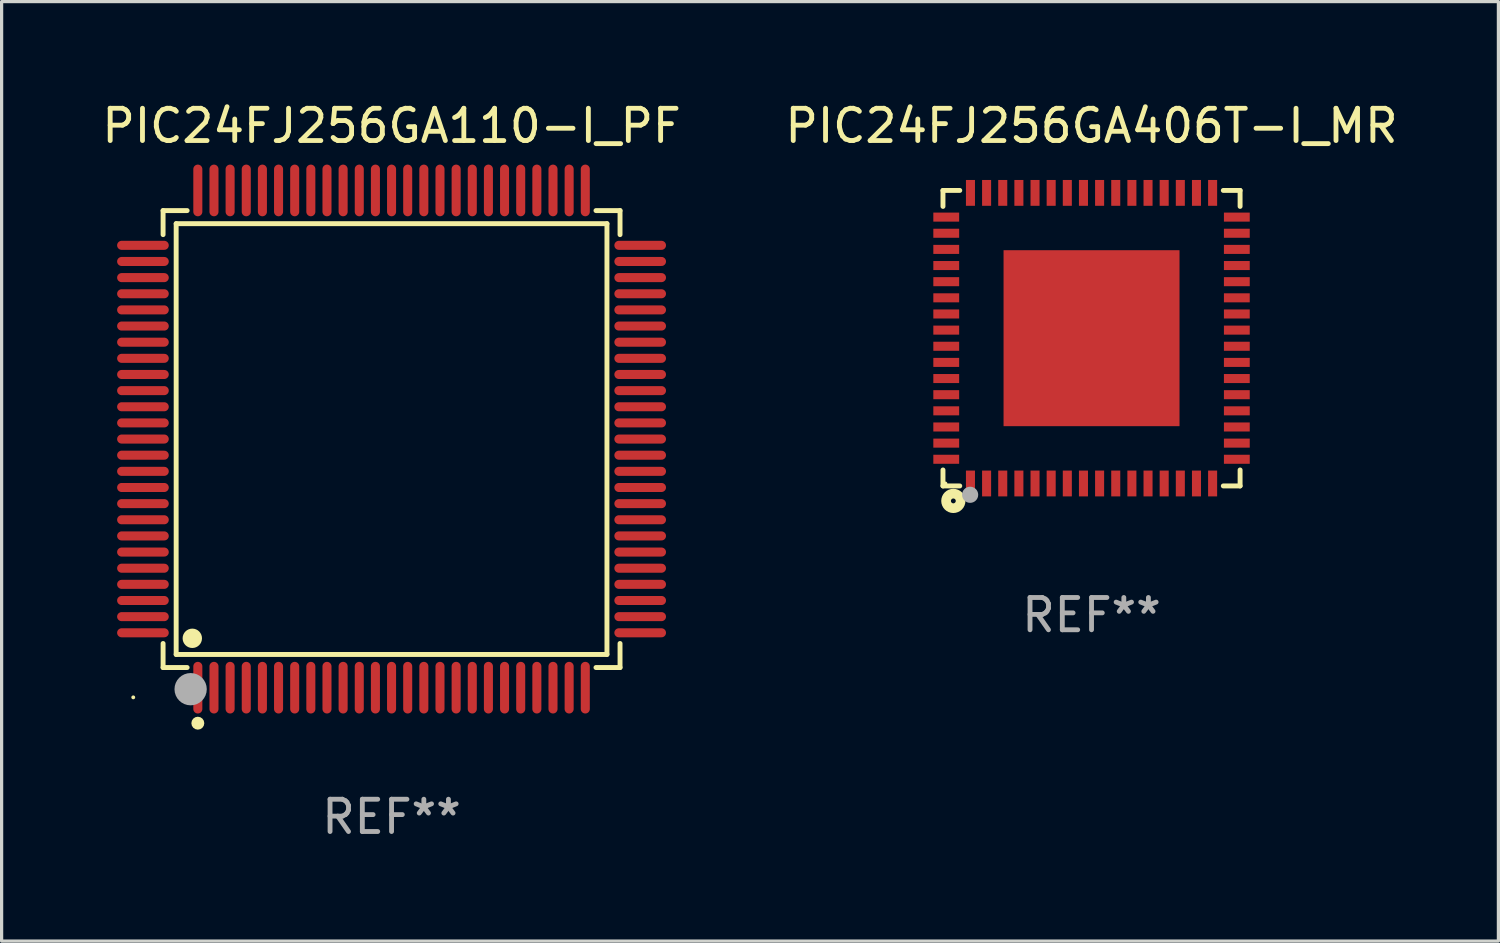
<source format=kicad_pcb>
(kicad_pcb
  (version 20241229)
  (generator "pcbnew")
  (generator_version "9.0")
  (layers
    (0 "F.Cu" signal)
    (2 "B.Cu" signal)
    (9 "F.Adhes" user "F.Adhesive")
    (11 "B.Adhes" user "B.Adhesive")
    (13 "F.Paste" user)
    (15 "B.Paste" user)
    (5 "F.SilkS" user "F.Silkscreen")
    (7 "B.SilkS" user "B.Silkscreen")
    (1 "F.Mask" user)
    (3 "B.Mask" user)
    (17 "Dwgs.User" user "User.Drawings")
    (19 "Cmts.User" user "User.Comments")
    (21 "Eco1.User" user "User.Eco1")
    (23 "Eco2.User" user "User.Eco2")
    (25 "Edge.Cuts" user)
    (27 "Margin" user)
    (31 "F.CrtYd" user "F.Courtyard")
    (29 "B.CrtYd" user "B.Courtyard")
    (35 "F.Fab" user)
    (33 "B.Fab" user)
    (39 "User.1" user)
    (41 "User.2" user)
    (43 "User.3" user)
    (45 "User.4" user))
  (footprint "PIC24FJ256GA406T-I_MR"
    (layer "F.Cu")
    (at 30.756 7.424)
    (property "Reference" "PIC24FJ256GA406T-I_MR" (at 0 -6.576 0) (layer "F.SilkS") (effects (font (size 1 1) (thickness 0.15))))
    (attr through_hole)
    (fp_line (start -4.601 -4.576) (end -4.081 -4.576) (stroke (width 0.152) (type solid)) (layer "F.SilkS"))
    (fp_line (start -4.601 -4.081) (end -4.601 -4.576) (stroke (width 0.152) (type solid)) (layer "F.SilkS"))
    (fp_line (start -4.601 4.081) (end -4.601 4.576) (stroke (width 0.152) (type solid)) (layer "F.SilkS"))
    (fp_line (start -4.601 4.576) (end -4.081 4.576) (stroke (width 0.152) (type solid)) (layer "F.SilkS"))
    (fp_line (start 4.601 -4.576) (end 4.081 -4.576) (stroke (width 0.152) (type solid)) (layer "F.SilkS"))
    (fp_line (start 4.601 -4.081) (end 4.601 -4.576) (stroke (width 0.152) (type solid)) (layer "F.SilkS"))
    (fp_line (start 4.601 4.081) (end 4.601 4.576) (stroke (width 0.152) (type solid)) (layer "F.SilkS"))
    (fp_line (start 4.601 4.576) (end 4.081 4.576) (stroke (width 0.152) (type solid)) (layer "F.SilkS"))
    (fp_circle (center -4.525 4.5) (end -4.495 4.5) (stroke (width 0.06) (type solid)) (fill no) (layer "F.SilkS"))
    (fp_circle (center -4.28 5.04) (end -4.205 5.04) (stroke (width 0.3) (type solid)) (fill no) (layer "F.SilkS"))
    (fp_circle (center -3.76 4.85) (end -3.635 4.85) (stroke (width 0.25) (type solid)) (fill no) (layer "F.Fab"))
    (fp_text user "REF**" (at 0 8.576 0) (layer "F.Fab") (effects (font (size 1 1) (thickness 0.15))))
    (pad "1" smd rect (at -3.75 4.5) (size 0.28 0.8) (layers "F.Cu" "F.Mask" "F.Paste"))
    (pad "2" smd rect (at -3.25 4.5) (size 0.28 0.8) (layers "F.Cu" "F.Mask" "F.Paste"))
    (pad "3" smd rect (at -2.75 4.5) (size 0.28 0.8) (layers "F.Cu" "F.Mask" "F.Paste"))
    (pad "4" smd rect (at -2.25 4.5) (size 0.28 0.8) (layers "F.Cu" "F.Mask" "F.Paste"))
    (pad "5" smd rect (at -1.75 4.5) (size 0.28 0.8) (layers "F.Cu" "F.Mask" "F.Paste"))
    (pad "6" smd rect (at -1.25 4.5) (size 0.28 0.8) (layers "F.Cu" "F.Mask" "F.Paste"))
    (pad "7" smd rect (at -0.75 4.5) (size 0.28 0.8) (layers "F.Cu" "F.Mask" "F.Paste"))
    (pad "8" smd rect (at -0.25 4.5) (size 0.28 0.8) (layers "F.Cu" "F.Mask" "F.Paste"))
    (pad "9" smd rect (at 0.25 4.5) (size 0.28 0.8) (layers "F.Cu" "F.Mask" "F.Paste"))
    (pad "10" smd rect (at 0.75 4.5) (size 0.28 0.8) (layers "F.Cu" "F.Mask" "F.Paste"))
    (pad "11" smd rect (at 1.25 4.5) (size 0.28 0.8) (layers "F.Cu" "F.Mask" "F.Paste"))
    (pad "12" smd rect (at 1.75 4.5) (size 0.28 0.8) (layers "F.Cu" "F.Mask" "F.Paste"))
    (pad "13" smd rect (at 2.25 4.5) (size 0.28 0.8) (layers "F.Cu" "F.Mask" "F.Paste"))
    (pad "14" smd rect (at 2.75 4.5) (size 0.28 0.8) (layers "F.Cu" "F.Mask" "F.Paste"))
    (pad "15" smd rect (at 3.25 4.5) (size 0.28 0.8) (layers "F.Cu" "F.Mask" "F.Paste"))
    (pad "16" smd rect (at 3.75 4.5) (size 0.28 0.8) (layers "F.Cu" "F.Mask" "F.Paste"))
    (pad "17" smd rect (at 4.5 3.75) (size 0.8 0.28) (layers "F.Cu" "F.Mask" "F.Paste"))
    (pad "18" smd rect (at 4.5 3.25) (size 0.8 0.28) (layers "F.Cu" "F.Mask" "F.Paste"))
    (pad "19" smd rect (at 4.5 2.75) (size 0.8 0.28) (layers "F.Cu" "F.Mask" "F.Paste"))
    (pad "20" smd rect (at 4.5 2.25) (size 0.8 0.28) (layers "F.Cu" "F.Mask" "F.Paste"))
    (pad "21" smd rect (at 4.5 1.75) (size 0.8 0.28) (layers "F.Cu" "F.Mask" "F.Paste"))
    (pad "22" smd rect (at 4.5 1.25) (size 0.8 0.28) (layers "F.Cu" "F.Mask" "F.Paste"))
    (pad "23" smd rect (at 4.5 0.75) (size 0.8 0.28) (layers "F.Cu" "F.Mask" "F.Paste"))
    (pad "24" smd rect (at 4.5 0.25) (size 0.8 0.28) (layers "F.Cu" "F.Mask" "F.Paste"))
    (pad "25" smd rect (at 4.5 -0.25) (size 0.8 0.28) (layers "F.Cu" "F.Mask" "F.Paste"))
    (pad "26" smd rect (at 4.5 -0.75) (size 0.8 0.28) (layers "F.Cu" "F.Mask" "F.Paste"))
    (pad "27" smd rect (at 4.5 -1.25) (size 0.8 0.28) (layers "F.Cu" "F.Mask" "F.Paste"))
    (pad "28" smd rect (at 4.5 -1.75) (size 0.8 0.28) (layers "F.Cu" "F.Mask" "F.Paste"))
    (pad "29" smd rect (at 4.5 -2.25) (size 0.8 0.28) (layers "F.Cu" "F.Mask" "F.Paste"))
    (pad "30" smd rect (at 4.5 -2.75) (size 0.8 0.28) (layers "F.Cu" "F.Mask" "F.Paste"))
    (pad "31" smd rect (at 4.5 -3.25) (size 0.8 0.28) (layers "F.Cu" "F.Mask" "F.Paste"))
    (pad "32" smd rect (at 4.5 -3.75) (size 0.8 0.28) (layers "F.Cu" "F.Mask" "F.Paste"))
    (pad "33" smd rect (at 3.75 -4.5) (size 0.28 0.8) (layers "F.Cu" "F.Mask" "F.Paste"))
    (pad "34" smd rect (at 3.25 -4.5) (size 0.28 0.8) (layers "F.Cu" "F.Mask" "F.Paste"))
    (pad "35" smd rect (at 2.75 -4.5) (size 0.28 0.8) (layers "F.Cu" "F.Mask" "F.Paste"))
    (pad "36" smd rect (at 2.25 -4.5) (size 0.28 0.8) (layers "F.Cu" "F.Mask" "F.Paste"))
    (pad "37" smd rect (at 1.75 -4.5) (size 0.28 0.8) (layers "F.Cu" "F.Mask" "F.Paste"))
    (pad "38" smd rect (at 1.25 -4.5) (size 0.28 0.8) (layers "F.Cu" "F.Mask" "F.Paste"))
    (pad "39" smd rect (at 0.75 -4.5) (size 0.28 0.8) (layers "F.Cu" "F.Mask" "F.Paste"))
    (pad "40" smd rect (at 0.25 -4.5) (size 0.28 0.8) (layers "F.Cu" "F.Mask" "F.Paste"))
    (pad "41" smd rect (at -0.25 -4.5) (size 0.28 0.8) (layers "F.Cu" "F.Mask" "F.Paste"))
    (pad "42" smd rect (at -0.75 -4.5) (size 0.28 0.8) (layers "F.Cu" "F.Mask" "F.Paste"))
    (pad "43" smd rect (at -1.25 -4.5) (size 0.28 0.8) (layers "F.Cu" "F.Mask" "F.Paste"))
    (pad "44" smd rect (at -1.75 -4.5) (size 0.28 0.8) (layers "F.Cu" "F.Mask" "F.Paste"))
    (pad "45" smd rect (at -2.25 -4.5) (size 0.28 0.8) (layers "F.Cu" "F.Mask" "F.Paste"))
    (pad "46" smd rect (at -2.75 -4.5) (size 0.28 0.8) (layers "F.Cu" "F.Mask" "F.Paste"))
    (pad "47" smd rect (at -3.25 -4.5) (size 0.28 0.8) (layers "F.Cu" "F.Mask" "F.Paste"))
    (pad "48" smd rect (at -3.75 -4.5) (size 0.28 0.8) (layers "F.Cu" "F.Mask" "F.Paste"))
    (pad "49" smd rect (at -4.5 -3.75) (size 0.8 0.28) (layers "F.Cu" "F.Mask" "F.Paste"))
    (pad "50" smd rect (at -4.5 -3.25) (size 0.8 0.28) (layers "F.Cu" "F.Mask" "F.Paste"))
    (pad "51" smd rect (at -4.5 -2.75) (size 0.8 0.28) (layers "F.Cu" "F.Mask" "F.Paste"))
    (pad "52" smd rect (at -4.5 -2.25) (size 0.8 0.28) (layers "F.Cu" "F.Mask" "F.Paste"))
    (pad "53" smd rect (at -4.5 -1.75) (size 0.8 0.28) (layers "F.Cu" "F.Mask" "F.Paste"))
    (pad "54" smd rect (at -4.5 -1.25) (size 0.8 0.28) (layers "F.Cu" "F.Mask" "F.Paste"))
    (pad "55" smd rect (at -4.5 -0.75) (size 0.8 0.28) (layers "F.Cu" "F.Mask" "F.Paste"))
    (pad "56" smd rect (at -4.5 -0.25) (size 0.8 0.28) (layers "F.Cu" "F.Mask" "F.Paste"))
    (pad "57" smd rect (at -4.5 0.25) (size 0.8 0.28) (layers "F.Cu" "F.Mask" "F.Paste"))
    (pad "58" smd rect (at -4.5 0.75) (size 0.8 0.28) (layers "F.Cu" "F.Mask" "F.Paste"))
    (pad "59" smd rect (at -4.5 1.25) (size 0.8 0.28) (layers "F.Cu" "F.Mask" "F.Paste"))
    (pad "60" smd rect (at -4.5 1.75) (size 0.8 0.28) (layers "F.Cu" "F.Mask" "F.Paste"))
    (pad "61" smd rect (at -4.5 2.25) (size 0.8 0.28) (layers "F.Cu" "F.Mask" "F.Paste"))
    (pad "62" smd rect (at -4.5 2.75) (size 0.8 0.28) (layers "F.Cu" "F.Mask" "F.Paste"))
    (pad "63" smd rect (at -4.5 3.25) (size 0.8 0.28) (layers "F.Cu" "F.Mask" "F.Paste"))
    (pad "64" smd rect (at -4.5 3.75) (size 0.8 0.28) (layers "F.Cu" "F.Mask" "F.Paste"))
    (pad "65" smd rect (at 0 0) (size 5.45 5.45) (layers "F.Cu" "F.Mask" "F.Paste")))
  (footprint "PIC24FJ256GA110-I_PF"
    (layer "F.Cu")
    (at 9.077 10.548)
    (property "Reference" "PIC24FJ256GA110-I_PF" (at 0 -9.7 0) (layer "F.SilkS") (effects (font (size 1 1) (thickness 0.15))))
    (attr through_hole)
    (fp_line (start -7.076 -7.076) (end -6.331 -7.076) (stroke (width 0.152) (type solid)) (layer "F.SilkS"))
    (fp_line (start -7.076 -6.331) (end -7.076 -7.076) (stroke (width 0.152) (type solid)) (layer "F.SilkS"))
    (fp_line (start -7.076 6.331) (end -7.076 7.076) (stroke (width 0.152) (type solid)) (layer "F.SilkS"))
    (fp_line (start -7.076 7.076) (end -6.331 7.076) (stroke (width 0.152) (type solid)) (layer "F.SilkS"))
    (fp_line (start -6.671 -6.671) (end 6.671 -6.671) (stroke (width 0.152) (type solid)) (layer "F.SilkS"))
    (fp_line (start -6.671 6.671) (end -6.671 -6.671) (stroke (width 0.152) (type solid)) (layer "F.SilkS"))
    (fp_line (start 6.671 -6.671) (end 6.671 6.671) (stroke (width 0.152) (type solid)) (layer "F.SilkS"))
    (fp_line (start 6.671 6.671) (end -6.671 6.671) (stroke (width 0.152) (type solid)) (layer "F.SilkS"))
    (fp_line (start 7.076 -7.076) (end 6.331 -7.076) (stroke (width 0.152) (type solid)) (layer "F.SilkS"))
    (fp_line (start 7.076 -6.331) (end 7.076 -7.076) (stroke (width 0.152) (type solid)) (layer "F.SilkS"))
    (fp_line (start 7.076 6.331) (end 7.076 7.076) (stroke (width 0.152) (type solid)) (layer "F.SilkS"))
    (fp_line (start 7.076 7.076) (end 6.331 7.076) (stroke (width 0.152) (type solid)) (layer "F.SilkS"))
    (fp_circle (center -8 8) (end -7.97 8) (stroke (width 0.06) (type solid)) (fill no) (layer "F.SilkS"))
    (fp_circle (center -6.171 6.171) (end -6.021 6.171) (stroke (width 0.3) (type solid)) (fill no) (layer "F.SilkS"))
    (fp_circle (center -6 8.8) (end -5.9 8.8) (stroke (width 0.2) (type solid)) (fill no) (layer "F.SilkS"))
    (fp_circle (center -6.223 7.747) (end -5.973 7.747) (stroke (width 0.5) (type solid)) (fill no) (layer "F.Fab"))
    (fp_text user "REF**" (at 0 11.7 0) (layer "F.Fab") (effects (font (size 1 1) (thickness 0.15))))
    (pad "1" smd oval (at -6 7.7) (size 0.28 1.6) (layers "F.Cu" "F.Mask" "F.Paste"))
    (pad "2" smd oval (at -5.5 7.7) (size 0.28 1.6) (layers "F.Cu" "F.Mask" "F.Paste"))
    (pad "3" smd oval (at -5 7.7) (size 0.28 1.6) (layers "F.Cu" "F.Mask" "F.Paste"))
    (pad "4" smd oval (at -4.5 7.7) (size 0.28 1.6) (layers "F.Cu" "F.Mask" "F.Paste"))
    (pad "5" smd oval (at -4 7.7) (size 0.28 1.6) (layers "F.Cu" "F.Mask" "F.Paste"))
    (pad "6" smd oval (at -3.5 7.7) (size 0.28 1.6) (layers "F.Cu" "F.Mask" "F.Paste"))
    (pad "7" smd oval (at -3 7.7) (size 0.28 1.6) (layers "F.Cu" "F.Mask" "F.Paste"))
    (pad "8" smd oval (at -2.5 7.7) (size 0.28 1.6) (layers "F.Cu" "F.Mask" "F.Paste"))
    (pad "9" smd oval (at -2 7.7) (size 0.28 1.6) (layers "F.Cu" "F.Mask" "F.Paste"))
    (pad "10" smd oval (at -1.5 7.7) (size 0.28 1.6) (layers "F.Cu" "F.Mask" "F.Paste"))
    (pad "11" smd oval (at -1 7.7) (size 0.28 1.6) (layers "F.Cu" "F.Mask" "F.Paste"))
    (pad "12" smd oval (at -0.5 7.7) (size 0.28 1.6) (layers "F.Cu" "F.Mask" "F.Paste"))
    (pad "13" smd oval (at 0 7.7) (size 0.28 1.6) (layers "F.Cu" "F.Mask" "F.Paste"))
    (pad "14" smd oval (at 0.5 7.7) (size 0.28 1.6) (layers "F.Cu" "F.Mask" "F.Paste"))
    (pad "15" smd oval (at 1 7.7) (size 0.28 1.6) (layers "F.Cu" "F.Mask" "F.Paste"))
    (pad "16" smd oval (at 1.5 7.7) (size 0.28 1.6) (layers "F.Cu" "F.Mask" "F.Paste"))
    (pad "17" smd oval (at 2 7.7) (size 0.28 1.6) (layers "F.Cu" "F.Mask" "F.Paste"))
    (pad "18" smd oval (at 2.5 7.7) (size 0.28 1.6) (layers "F.Cu" "F.Mask" "F.Paste"))
    (pad "19" smd oval (at 3 7.7) (size 0.28 1.6) (layers "F.Cu" "F.Mask" "F.Paste"))
    (pad "20" smd oval (at 3.5 7.7) (size 0.28 1.6) (layers "F.Cu" "F.Mask" "F.Paste"))
    (pad "21" smd oval (at 4 7.7) (size 0.28 1.6) (layers "F.Cu" "F.Mask" "F.Paste"))
    (pad "22" smd oval (at 4.5 7.7) (size 0.28 1.6) (layers "F.Cu" "F.Mask" "F.Paste"))
    (pad "23" smd oval (at 5 7.7) (size 0.28 1.6) (layers "F.Cu" "F.Mask" "F.Paste"))
    (pad "24" smd oval (at 5.5 7.7) (size 0.28 1.6) (layers "F.Cu" "F.Mask" "F.Paste"))
    (pad "25" smd oval (at 6 7.7) (size 0.28 1.6) (layers "F.Cu" "F.Mask" "F.Paste"))
    (pad "26" smd oval (at 7.7 6) (size 1.6 0.28) (layers "F.Cu" "F.Mask" "F.Paste"))
    (pad "27" smd oval (at 7.7 5.5) (size 1.6 0.28) (layers "F.Cu" "F.Mask" "F.Paste"))
    (pad "28" smd oval (at 7.7 5) (size 1.6 0.28) (layers "F.Cu" "F.Mask" "F.Paste"))
    (pad "29" smd oval (at 7.7 4.5) (size 1.6 0.28) (layers "F.Cu" "F.Mask" "F.Paste"))
    (pad "30" smd oval (at 7.7 4) (size 1.6 0.28) (layers "F.Cu" "F.Mask" "F.Paste"))
    (pad "31" smd oval (at 7.7 3.5) (size 1.6 0.28) (layers "F.Cu" "F.Mask" "F.Paste"))
    (pad "32" smd oval (at 7.7 3) (size 1.6 0.28) (layers "F.Cu" "F.Mask" "F.Paste"))
    (pad "33" smd oval (at 7.7 2.5) (size 1.6 0.28) (layers "F.Cu" "F.Mask" "F.Paste"))
    (pad "34" smd oval (at 7.7 2) (size 1.6 0.28) (layers "F.Cu" "F.Mask" "F.Paste"))
    (pad "35" smd oval (at 7.7 1.5) (size 1.6 0.28) (layers "F.Cu" "F.Mask" "F.Paste"))
    (pad "36" smd oval (at 7.7 1) (size 1.6 0.28) (layers "F.Cu" "F.Mask" "F.Paste"))
    (pad "37" smd oval (at 7.7 0.5) (size 1.6 0.28) (layers "F.Cu" "F.Mask" "F.Paste"))
    (pad "38" smd oval (at 7.7 0) (size 1.6 0.28) (layers "F.Cu" "F.Mask" "F.Paste"))
    (pad "39" smd oval (at 7.7 -0.5) (size 1.6 0.28) (layers "F.Cu" "F.Mask" "F.Paste"))
    (pad "40" smd oval (at 7.7 -1) (size 1.6 0.28) (layers "F.Cu" "F.Mask" "F.Paste"))
    (pad "41" smd oval (at 7.7 -1.5) (size 1.6 0.28) (layers "F.Cu" "F.Mask" "F.Paste"))
    (pad "42" smd oval (at 7.7 -2) (size 1.6 0.28) (layers "F.Cu" "F.Mask" "F.Paste"))
    (pad "43" smd oval (at 7.7 -2.5) (size 1.6 0.28) (layers "F.Cu" "F.Mask" "F.Paste"))
    (pad "44" smd oval (at 7.7 -3) (size 1.6 0.28) (layers "F.Cu" "F.Mask" "F.Paste"))
    (pad "45" smd oval (at 7.7 -3.5) (size 1.6 0.28) (layers "F.Cu" "F.Mask" "F.Paste"))
    (pad "46" smd oval (at 7.7 -4) (size 1.6 0.28) (layers "F.Cu" "F.Mask" "F.Paste"))
    (pad "47" smd oval (at 7.7 -4.5) (size 1.6 0.28) (layers "F.Cu" "F.Mask" "F.Paste"))
    (pad "48" smd oval (at 7.7 -5) (size 1.6 0.28) (layers "F.Cu" "F.Mask" "F.Paste"))
    (pad "49" smd oval (at 7.7 -5.5) (size 1.6 0.28) (layers "F.Cu" "F.Mask" "F.Paste"))
    (pad "50" smd oval (at 7.7 -6) (size 1.6 0.28) (layers "F.Cu" "F.Mask" "F.Paste"))
    (pad "51" smd oval (at 6 -7.7) (size 0.28 1.6) (layers "F.Cu" "F.Mask" "F.Paste"))
    (pad "52" smd oval (at 5.5 -7.7) (size 0.28 1.6) (layers "F.Cu" "F.Mask" "F.Paste"))
    (pad "53" smd oval (at 5 -7.7) (size 0.28 1.6) (layers "F.Cu" "F.Mask" "F.Paste"))
    (pad "54" smd oval (at 4.5 -7.7) (size 0.28 1.6) (layers "F.Cu" "F.Mask" "F.Paste"))
    (pad "55" smd oval (at 4 -7.7) (size 0.28 1.6) (layers "F.Cu" "F.Mask" "F.Paste"))
    (pad "56" smd oval (at 3.5 -7.7) (size 0.28 1.6) (layers "F.Cu" "F.Mask" "F.Paste"))
    (pad "57" smd oval (at 3 -7.7) (size 0.28 1.6) (layers "F.Cu" "F.Mask" "F.Paste"))
    (pad "58" smd oval (at 2.5 -7.7) (size 0.28 1.6) (layers "F.Cu" "F.Mask" "F.Paste"))
    (pad "59" smd oval (at 2 -7.7) (size 0.28 1.6) (layers "F.Cu" "F.Mask" "F.Paste"))
    (pad "60" smd oval (at 1.5 -7.7) (size 0.28 1.6) (layers "F.Cu" "F.Mask" "F.Paste"))
    (pad "61" smd oval (at 1 -7.7) (size 0.28 1.6) (layers "F.Cu" "F.Mask" "F.Paste"))
    (pad "62" smd oval (at 0.5 -7.7) (size 0.28 1.6) (layers "F.Cu" "F.Mask" "F.Paste"))
    (pad "63" smd oval (at 0 -7.7) (size 0.28 1.6) (layers "F.Cu" "F.Mask" "F.Paste"))
    (pad "64" smd oval (at -0.5 -7.7) (size 0.28 1.6) (layers "F.Cu" "F.Mask" "F.Paste"))
    (pad "65" smd oval (at -1 -7.7) (size 0.28 1.6) (layers "F.Cu" "F.Mask" "F.Paste"))
    (pad "66" smd oval (at -1.5 -7.7) (size 0.28 1.6) (layers "F.Cu" "F.Mask" "F.Paste"))
    (pad "67" smd oval (at -2 -7.7) (size 0.28 1.6) (layers "F.Cu" "F.Mask" "F.Paste"))
    (pad "68" smd oval (at -2.5 -7.7) (size 0.28 1.6) (layers "F.Cu" "F.Mask" "F.Paste"))
    (pad "69" smd oval (at -3 -7.7) (size 0.28 1.6) (layers "F.Cu" "F.Mask" "F.Paste"))
    (pad "70" smd oval (at -3.5 -7.7) (size 0.28 1.6) (layers "F.Cu" "F.Mask" "F.Paste"))
    (pad "71" smd oval (at -4 -7.7) (size 0.28 1.6) (layers "F.Cu" "F.Mask" "F.Paste"))
    (pad "72" smd oval (at -4.5 -7.7) (size 0.28 1.6) (layers "F.Cu" "F.Mask" "F.Paste"))
    (pad "73" smd oval (at -5 -7.7) (size 0.28 1.6) (layers "F.Cu" "F.Mask" "F.Paste"))
    (pad "74" smd oval (at -5.5 -7.7) (size 0.28 1.6) (layers "F.Cu" "F.Mask" "F.Paste"))
    (pad "75" smd oval (at -6 -7.7) (size 0.28 1.6) (layers "F.Cu" "F.Mask" "F.Paste"))
    (pad "76" smd oval (at -7.7 -6) (size 1.6 0.28) (layers "F.Cu" "F.Mask" "F.Paste"))
    (pad "77" smd oval (at -7.7 -5.5) (size 1.6 0.28) (layers "F.Cu" "F.Mask" "F.Paste"))
    (pad "78" smd oval (at -7.7 -5) (size 1.6 0.28) (layers "F.Cu" "F.Mask" "F.Paste"))
    (pad "79" smd oval (at -7.7 -4.5) (size 1.6 0.28) (layers "F.Cu" "F.Mask" "F.Paste"))
    (pad "80" smd oval (at -7.7 -4) (size 1.6 0.28) (layers "F.Cu" "F.Mask" "F.Paste"))
    (pad "81" smd oval (at -7.7 -3.5) (size 1.6 0.28) (layers "F.Cu" "F.Mask" "F.Paste"))
    (pad "82" smd oval (at -7.7 -3) (size 1.6 0.28) (layers "F.Cu" "F.Mask" "F.Paste"))
    (pad "83" smd oval (at -7.7 -2.5) (size 1.6 0.28) (layers "F.Cu" "F.Mask" "F.Paste"))
    (pad "84" smd oval (at -7.7 -2) (size 1.6 0.28) (layers "F.Cu" "F.Mask" "F.Paste"))
    (pad "85" smd oval (at -7.7 -1.5) (size 1.6 0.28) (layers "F.Cu" "F.Mask" "F.Paste"))
    (pad "86" smd oval (at -7.7 -1) (size 1.6 0.28) (layers "F.Cu" "F.Mask" "F.Paste"))
    (pad "87" smd oval (at -7.7 -0.5) (size 1.6 0.28) (layers "F.Cu" "F.Mask" "F.Paste"))
    (pad "88" smd oval (at -7.7 0) (size 1.6 0.28) (layers "F.Cu" "F.Mask" "F.Paste"))
    (pad "89" smd oval (at -7.7 0.5) (size 1.6 0.28) (layers "F.Cu" "F.Mask" "F.Paste"))
    (pad "90" smd oval (at -7.7 1) (size 1.6 0.28) (layers "F.Cu" "F.Mask" "F.Paste"))
    (pad "91" smd oval (at -7.7 1.5) (size 1.6 0.28) (layers "F.Cu" "F.Mask" "F.Paste"))
    (pad "92" smd oval (at -7.7 2) (size 1.6 0.28) (layers "F.Cu" "F.Mask" "F.Paste"))
    (pad "93" smd oval (at -7.7 2.5) (size 1.6 0.28) (layers "F.Cu" "F.Mask" "F.Paste"))
    (pad "94" smd oval (at -7.7 3) (size 1.6 0.28) (layers "F.Cu" "F.Mask" "F.Paste"))
    (pad "95" smd oval (at -7.7 3.5) (size 1.6 0.28) (layers "F.Cu" "F.Mask" "F.Paste"))
    (pad "96" smd oval (at -7.7 4) (size 1.6 0.28) (layers "F.Cu" "F.Mask" "F.Paste"))
    (pad "97" smd oval (at -7.7 4.5) (size 1.6 0.28) (layers "F.Cu" "F.Mask" "F.Paste"))
    (pad "98" smd oval (at -7.7 5) (size 1.6 0.28) (layers "F.Cu" "F.Mask" "F.Paste"))
    (pad "99" smd oval (at -7.7 5.5) (size 1.6 0.28) (layers "F.Cu" "F.Mask" "F.Paste"))
    (pad "100" smd oval (at -7.7 6) (size 1.6 0.28) (layers "F.Cu" "F.Mask" "F.Paste")))
  (gr_rect
    (start -3 -3)
    (end 43.357 26.097)
    (stroke (width 0.1) (type default))
    (fill no)
    (layer "Edge.Cuts")))
</source>
